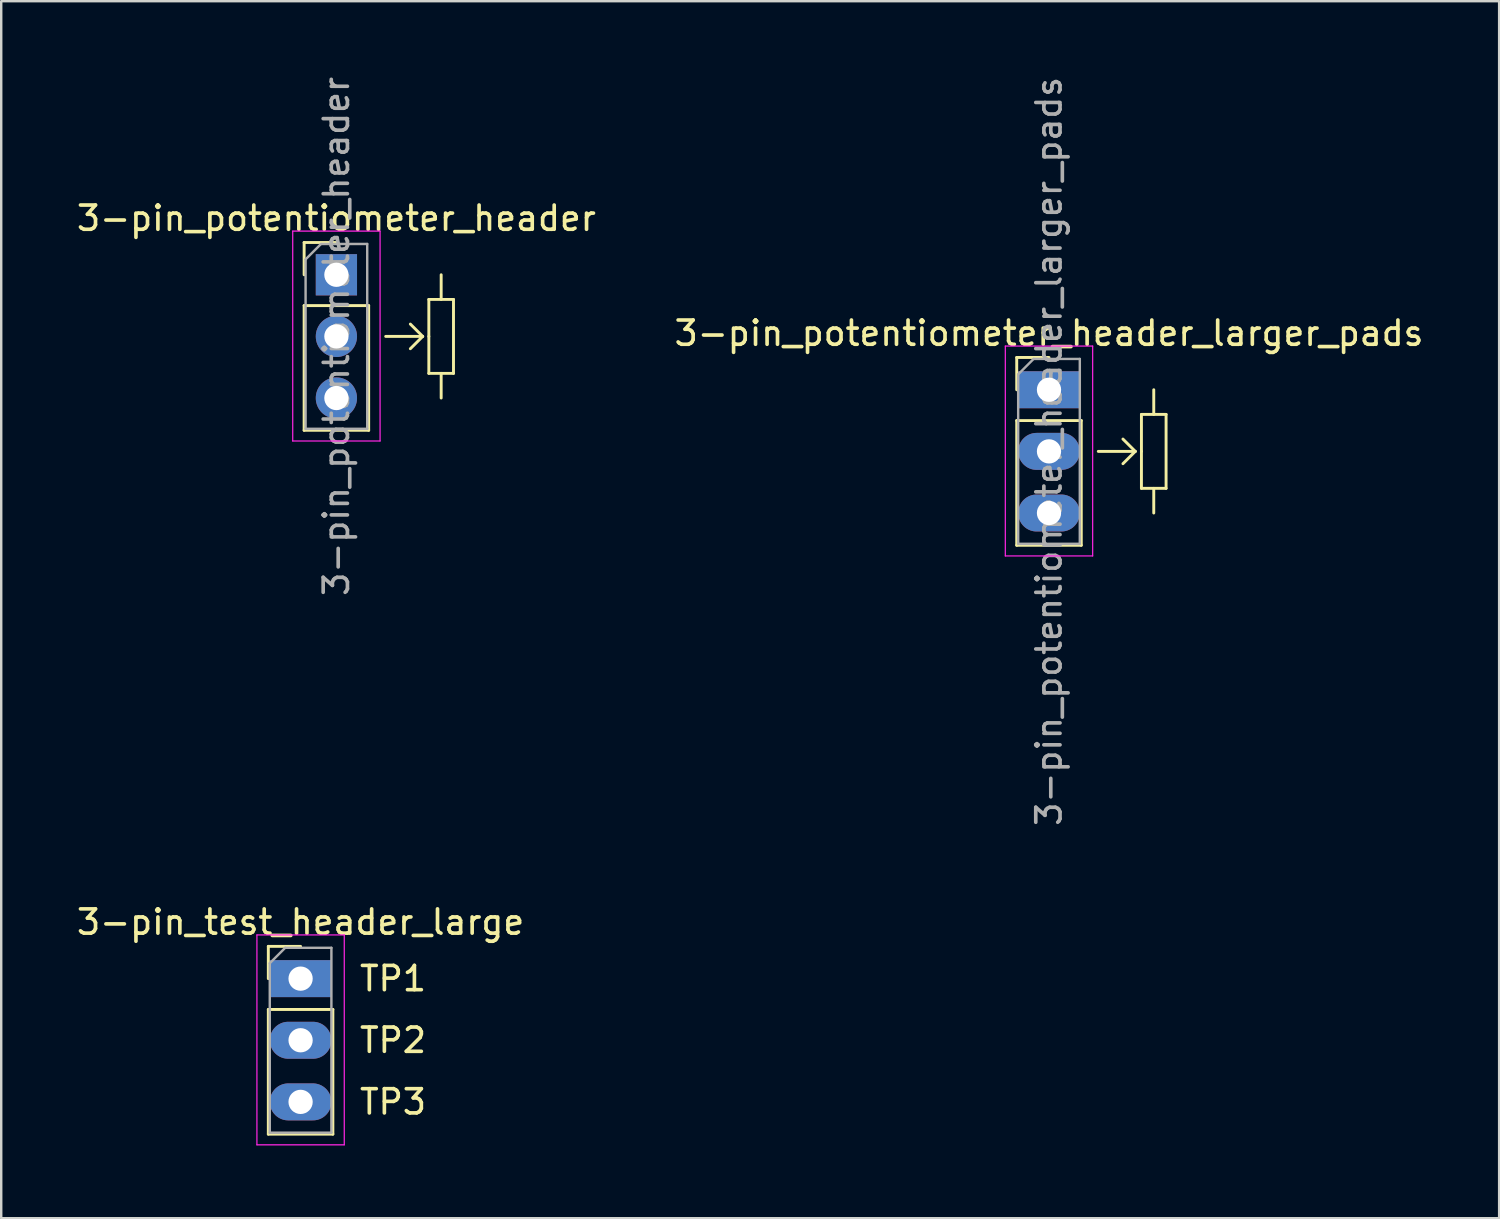
<source format=kicad_pcb>
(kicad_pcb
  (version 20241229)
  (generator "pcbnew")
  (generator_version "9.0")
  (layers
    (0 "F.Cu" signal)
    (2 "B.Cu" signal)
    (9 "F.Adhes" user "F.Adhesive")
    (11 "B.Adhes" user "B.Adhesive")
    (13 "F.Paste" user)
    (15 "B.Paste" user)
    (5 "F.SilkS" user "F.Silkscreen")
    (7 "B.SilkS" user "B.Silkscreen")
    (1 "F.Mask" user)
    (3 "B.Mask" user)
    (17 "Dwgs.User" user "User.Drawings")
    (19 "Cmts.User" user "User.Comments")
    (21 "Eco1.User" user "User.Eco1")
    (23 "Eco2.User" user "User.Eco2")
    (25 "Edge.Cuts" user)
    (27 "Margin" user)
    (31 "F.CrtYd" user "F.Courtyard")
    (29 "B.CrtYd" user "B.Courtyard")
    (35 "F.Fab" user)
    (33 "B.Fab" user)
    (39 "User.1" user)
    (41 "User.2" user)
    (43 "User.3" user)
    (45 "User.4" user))
  (footprint "3-pin_test_header_large"
    (layer "F.Cu")
    (at 9.339 37.285)
    (property "Reference" "3-pin_test_header_large" (at 0 -2.33 0) (layer "F.SilkS") (effects (font (size 1 1) (thickness 0.15))))
    (attr through_hole)
    (fp_line (start -1.33 -1.33) (end 0 -1.33) (stroke (width 0.12) (type solid)) (layer "F.SilkS"))
    (fp_line (start -1.33 0) (end -1.33 -1.33) (stroke (width 0.12) (type solid)) (layer "F.SilkS"))
    (fp_line (start -1.33 1.27) (end -1.33 6.41) (stroke (width 0.12) (type solid)) (layer "F.SilkS"))
    (fp_line (start -1.33 1.27) (end 1.33 1.27) (stroke (width 0.12) (type solid)) (layer "F.SilkS"))
    (fp_line (start -1.33 6.41) (end 1.33 6.41) (stroke (width 0.12) (type solid)) (layer "F.SilkS"))
    (fp_line (start 1.33 1.27) (end 1.33 6.41) (stroke (width 0.12) (type solid)) (layer "F.SilkS"))
    (fp_line (start -1.8 -1.8) (end -1.8 6.85) (stroke (width 0.05) (type solid)) (layer "F.CrtYd"))
    (fp_line (start -1.8 6.85) (end 1.8 6.85) (stroke (width 0.05) (type solid)) (layer "F.CrtYd"))
    (fp_line (start 1.8 -1.8) (end -1.8 -1.8) (stroke (width 0.05) (type solid)) (layer "F.CrtYd"))
    (fp_line (start 1.8 6.85) (end 1.8 -1.8) (stroke (width 0.05) (type solid)) (layer "F.CrtYd"))
    (fp_line (start -1.27 -0.635) (end -0.635 -1.27) (stroke (width 0.1) (type solid)) (layer "F.Fab"))
    (fp_line (start -1.27 6.35) (end -1.27 -0.635) (stroke (width 0.1) (type solid)) (layer "F.Fab"))
    (fp_line (start -0.635 -1.27) (end 1.27 -1.27) (stroke (width 0.1) (type solid)) (layer "F.Fab"))
    (fp_line (start 1.27 -1.27) (end 1.27 6.35) (stroke (width 0.1) (type solid)) (layer "F.Fab"))
    (fp_line (start 1.27 6.35) (end -1.27 6.35) (stroke (width 0.1) (type solid)) (layer "F.Fab"))
    (fp_text user "TP1" (at 3.81 0 0) (layer "F.SilkS") (effects (font (size 1 1) (thickness 0.15))))
    (fp_text user "TP2" (at 3.81 2.54 0) (layer "F.SilkS") (effects (font (size 1 1) (thickness 0.15))))
    (fp_text user "TP3" (at 3.81 5.08 0) (layer "F.SilkS") (effects (font (size 1 1) (thickness 0.15))))
    (pad "1" thru_hole rect (at 0 0) (size 2.54 1.524) (drill 1) (layers "*.Cu" "*.Mask"))
    (pad "2" thru_hole oval (at 0 2.54) (size 2.54 1.524) (drill 1) (layers "*.Cu" "*.Mask"))
    (pad "3" thru_hole oval (at 0 5.08) (size 2.54 1.524) (drill 1) (layers "*.Cu" "*.Mask")))
  (footprint "3-pin_potentiometer_header"
    (layer "F.Cu")
    (at 10.815 8.275)
    (property "Reference" "3-pin_potentiometer_header" (at 0 -2.33 0) (layer "F.SilkS") (effects (font (size 1 1) (thickness 0.15))))
    (attr through_hole)
    (fp_line (start -1.33 -1.33) (end 0 -1.33) (stroke (width 0.12) (type solid)) (layer "F.SilkS"))
    (fp_line (start -1.33 0) (end -1.33 -1.33) (stroke (width 0.12) (type solid)) (layer "F.SilkS"))
    (fp_line (start -1.33 1.27) (end -1.33 6.41) (stroke (width 0.12) (type solid)) (layer "F.SilkS"))
    (fp_line (start -1.33 1.27) (end 1.33 1.27) (stroke (width 0.12) (type solid)) (layer "F.SilkS"))
    (fp_line (start -1.33 6.41) (end 1.33 6.41) (stroke (width 0.12) (type solid)) (layer "F.SilkS"))
    (fp_line (start 1.33 1.27) (end 1.33 6.41) (stroke (width 0.12) (type solid)) (layer "F.SilkS"))
    (fp_line (start 2.032 2.54) (end 3.556 2.54) (stroke (width 0.12) (type solid)) (layer "F.SilkS"))
    (fp_line (start 3.556 2.54) (end 3.048 2.032) (stroke (width 0.12) (type solid)) (layer "F.SilkS"))
    (fp_line (start 3.556 2.54) (end 3.048 3.048) (stroke (width 0.12) (type solid)) (layer "F.SilkS"))
    (fp_line (start 3.81 1.016) (end 4.826 1.016) (stroke (width 0.12) (type solid)) (layer "F.SilkS"))
    (fp_line (start 3.81 2.54) (end 3.81 1.016) (stroke (width 0.12) (type solid)) (layer "F.SilkS"))
    (fp_line (start 3.81 4.064) (end 3.81 2.54) (stroke (width 0.12) (type solid)) (layer "F.SilkS"))
    (fp_line (start 4.318 1.016) (end 4.318 0) (stroke (width 0.12) (type solid)) (layer "F.SilkS"))
    (fp_line (start 4.318 4.064) (end 4.318 5.08) (stroke (width 0.12) (type solid)) (layer "F.SilkS"))
    (fp_line (start 4.826 1.016) (end 4.826 4.064) (stroke (width 0.12) (type solid)) (layer "F.SilkS"))
    (fp_line (start 4.826 4.064) (end 3.81 4.064) (stroke (width 0.12) (type solid)) (layer "F.SilkS"))
    (fp_line (start -1.8 -1.8) (end -1.8 6.85) (stroke (width 0.05) (type solid)) (layer "F.CrtYd"))
    (fp_line (start -1.8 6.85) (end 1.8 6.85) (stroke (width 0.05) (type solid)) (layer "F.CrtYd"))
    (fp_line (start 1.8 -1.8) (end -1.8 -1.8) (stroke (width 0.05) (type solid)) (layer "F.CrtYd"))
    (fp_line (start 1.8 6.85) (end 1.8 -1.8) (stroke (width 0.05) (type solid)) (layer "F.CrtYd"))
    (fp_line (start -1.27 -0.635) (end -0.635 -1.27) (stroke (width 0.1) (type solid)) (layer "F.Fab"))
    (fp_line (start -1.27 6.35) (end -1.27 -0.635) (stroke (width 0.1) (type solid)) (layer "F.Fab"))
    (fp_line (start -0.635 -1.27) (end 1.27 -1.27) (stroke (width 0.1) (type solid)) (layer "F.Fab"))
    (fp_line (start 1.27 -1.27) (end 1.27 6.35) (stroke (width 0.1) (type solid)) (layer "F.Fab"))
    (fp_line (start 1.27 6.35) (end -1.27 6.35) (stroke (width 0.1) (type solid)) (layer "F.Fab"))
    (fp_text user "${REFERENCE}" (at 0 2.54 90) (layer "F.Fab") (effects (font (size 1 1) (thickness 0.15))))
    (pad "1" thru_hole rect (at 0 0) (size 1.7 1.7) (drill 1) (layers "*.Cu" "*.Mask"))
    (pad "2" thru_hole oval (at 0 2.54) (size 1.7 1.7) (drill 1) (layers "*.Cu" "*.Mask"))
    (pad "3" thru_hole oval (at 0 5.08) (size 1.7 1.7) (drill 1) (layers "*.Cu" "*.Mask")))
  (footprint "3-pin_potentiometer_header_larger_pads"
    (layer "F.Cu")
    (at 40.185 13.014)
    (property "Reference" "3-pin_potentiometer_header_larger_pads" (at 0 -2.33 0) (layer "F.SilkS") (effects (font (size 1 1) (thickness 0.15))))
    (attr through_hole)
    (fp_line (start -1.33 -1.33) (end 0 -1.33) (stroke (width 0.12) (type solid)) (layer "F.SilkS"))
    (fp_line (start -1.33 0) (end -1.33 -1.33) (stroke (width 0.12) (type solid)) (layer "F.SilkS"))
    (fp_line (start -1.33 1.27) (end -1.33 6.41) (stroke (width 0.12) (type solid)) (layer "F.SilkS"))
    (fp_line (start -1.33 1.27) (end 1.33 1.27) (stroke (width 0.12) (type solid)) (layer "F.SilkS"))
    (fp_line (start -1.33 6.41) (end 1.33 6.41) (stroke (width 0.12) (type solid)) (layer "F.SilkS"))
    (fp_line (start 1.33 1.27) (end 1.33 6.41) (stroke (width 0.12) (type solid)) (layer "F.SilkS"))
    (fp_line (start 2.032 2.54) (end 3.556 2.54) (stroke (width 0.12) (type solid)) (layer "F.SilkS"))
    (fp_line (start 3.556 2.54) (end 3.048 2.032) (stroke (width 0.12) (type solid)) (layer "F.SilkS"))
    (fp_line (start 3.556 2.54) (end 3.048 3.048) (stroke (width 0.12) (type solid)) (layer "F.SilkS"))
    (fp_line (start 3.81 1.016) (end 4.826 1.016) (stroke (width 0.12) (type solid)) (layer "F.SilkS"))
    (fp_line (start 3.81 2.54) (end 3.81 1.016) (stroke (width 0.12) (type solid)) (layer "F.SilkS"))
    (fp_line (start 3.81 4.064) (end 3.81 2.54) (stroke (width 0.12) (type solid)) (layer "F.SilkS"))
    (fp_line (start 4.318 1.016) (end 4.318 0) (stroke (width 0.12) (type solid)) (layer "F.SilkS"))
    (fp_line (start 4.318 4.064) (end 4.318 5.08) (stroke (width 0.12) (type solid)) (layer "F.SilkS"))
    (fp_line (start 4.826 1.016) (end 4.826 4.064) (stroke (width 0.12) (type solid)) (layer "F.SilkS"))
    (fp_line (start 4.826 4.064) (end 3.81 4.064) (stroke (width 0.12) (type solid)) (layer "F.SilkS"))
    (fp_line (start -1.8 -1.8) (end -1.8 6.85) (stroke (width 0.05) (type solid)) (layer "F.CrtYd"))
    (fp_line (start -1.8 6.85) (end 1.8 6.85) (stroke (width 0.05) (type solid)) (layer "F.CrtYd"))
    (fp_line (start 1.8 -1.8) (end -1.8 -1.8) (stroke (width 0.05) (type solid)) (layer "F.CrtYd"))
    (fp_line (start 1.8 6.85) (end 1.8 -1.8) (stroke (width 0.05) (type solid)) (layer "F.CrtYd"))
    (fp_line (start -1.27 -0.635) (end -0.635 -1.27) (stroke (width 0.1) (type solid)) (layer "F.Fab"))
    (fp_line (start -1.27 6.35) (end -1.27 -0.635) (stroke (width 0.1) (type solid)) (layer "F.Fab"))
    (fp_line (start -0.635 -1.27) (end 1.27 -1.27) (stroke (width 0.1) (type solid)) (layer "F.Fab"))
    (fp_line (start 1.27 -1.27) (end 1.27 6.35) (stroke (width 0.1) (type solid)) (layer "F.Fab"))
    (fp_line (start 1.27 6.35) (end -1.27 6.35) (stroke (width 0.1) (type solid)) (layer "F.Fab"))
    (fp_text user "${REFERENCE}" (at 0 2.54 90) (layer "F.Fab") (effects (font (size 1 1) (thickness 0.15))))
    (pad "1" thru_hole rect (at 0 0) (size 2.54 1.524) (drill 1) (layers "*.Cu" "*.Mask"))
    (pad "2" thru_hole oval (at 0 2.54) (size 2.54 1.524) (drill 1) (layers "*.Cu" "*.Mask"))
    (pad "3" thru_hole oval (at 0 5.08) (size 2.54 1.524) (drill 1) (layers "*.Cu" "*.Mask")))
  (gr_rect
    (start -3 -3)
    (end 58.738 47.16)
    (stroke (width 0.1) (type default))
    (fill no)
    (layer "Edge.Cuts")))
</source>
